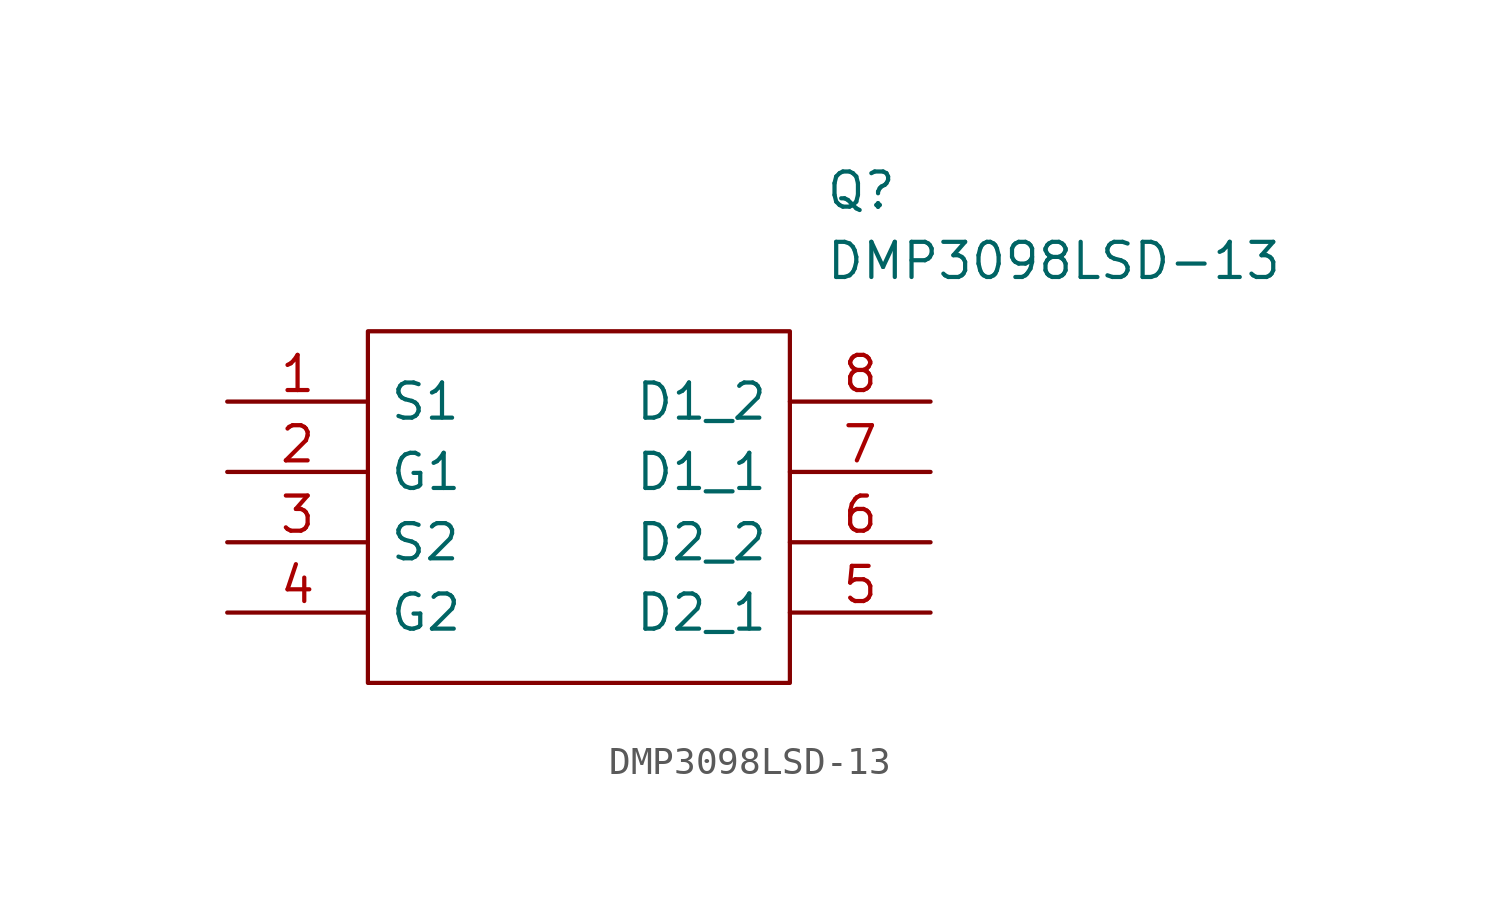
<source format=kicad_sym>
(kicad_symbol_lib
  (version 20241209)
  (generator "kicad_symbol_editor")
  (generator_version "9.0")
  (symbol "DMP3098LSD-13"
    (pin_names
      (offset 0.762))
    (property "Reference" "Q"
      (at 21.59 7.62 0)
      (effects (font (size 1.27 1.27)) (justify left)))
    (property "Value" "DMP3098LSD-13"
      (at 21.59 5.08 0)
      (effects (font (size 1.27 1.27)) (justify left)))
    (symbol "DMP3098LSD-13_0_0"
      (pin passive line (at 0 0 0) (length 5.08) (name "S1" (effects (font (size 1.27 1.27)))) (number "1" (effects (font (size 1.27 1.27)))))
      (pin passive line (at 0 -2.54 0) (length 5.08) (name "G1" (effects (font (size 1.27 1.27)))) (number "2" (effects (font (size 1.27 1.27)))))
      (pin passive line (at 0 -5.08 0) (length 5.08) (name "S2" (effects (font (size 1.27 1.27)))) (number "3" (effects (font (size 1.27 1.27)))))
      (pin passive line (at 0 -7.62 0) (length 5.08) (name "G2" (effects (font (size 1.27 1.27)))) (number "4" (effects (font (size 1.27 1.27)))))
      (pin passive line (at 25.4 0 180) (length 5.08) (name "D1_2" (effects (font (size 1.27 1.27)))) (number "8" (effects (font (size 1.27 1.27)))))
      (pin passive line (at 25.4 -2.54 180) (length 5.08) (name "D1_1" (effects (font (size 1.27 1.27)))) (number "7" (effects (font (size 1.27 1.27)))))
      (pin passive line (at 25.4 -5.08 180) (length 5.08) (name "D2_2" (effects (font (size 1.27 1.27)))) (number "6" (effects (font (size 1.27 1.27)))))
      (pin passive line (at 25.4 -7.62 180) (length 5.08) (name "D2_1" (effects (font (size 1.27 1.27)))) (number "5" (effects (font (size 1.27 1.27))))))
    (symbol "DMP3098LSD-13_0_1"
      (polyline (pts (xy 5.08 2.54) (xy 20.32 2.54) (xy 20.32 -10.16) (xy 5.08 -10.16) (xy 5.08 2.54)) (stroke (width 0.152) (type solid)) (fill (type none))))))
</source>
